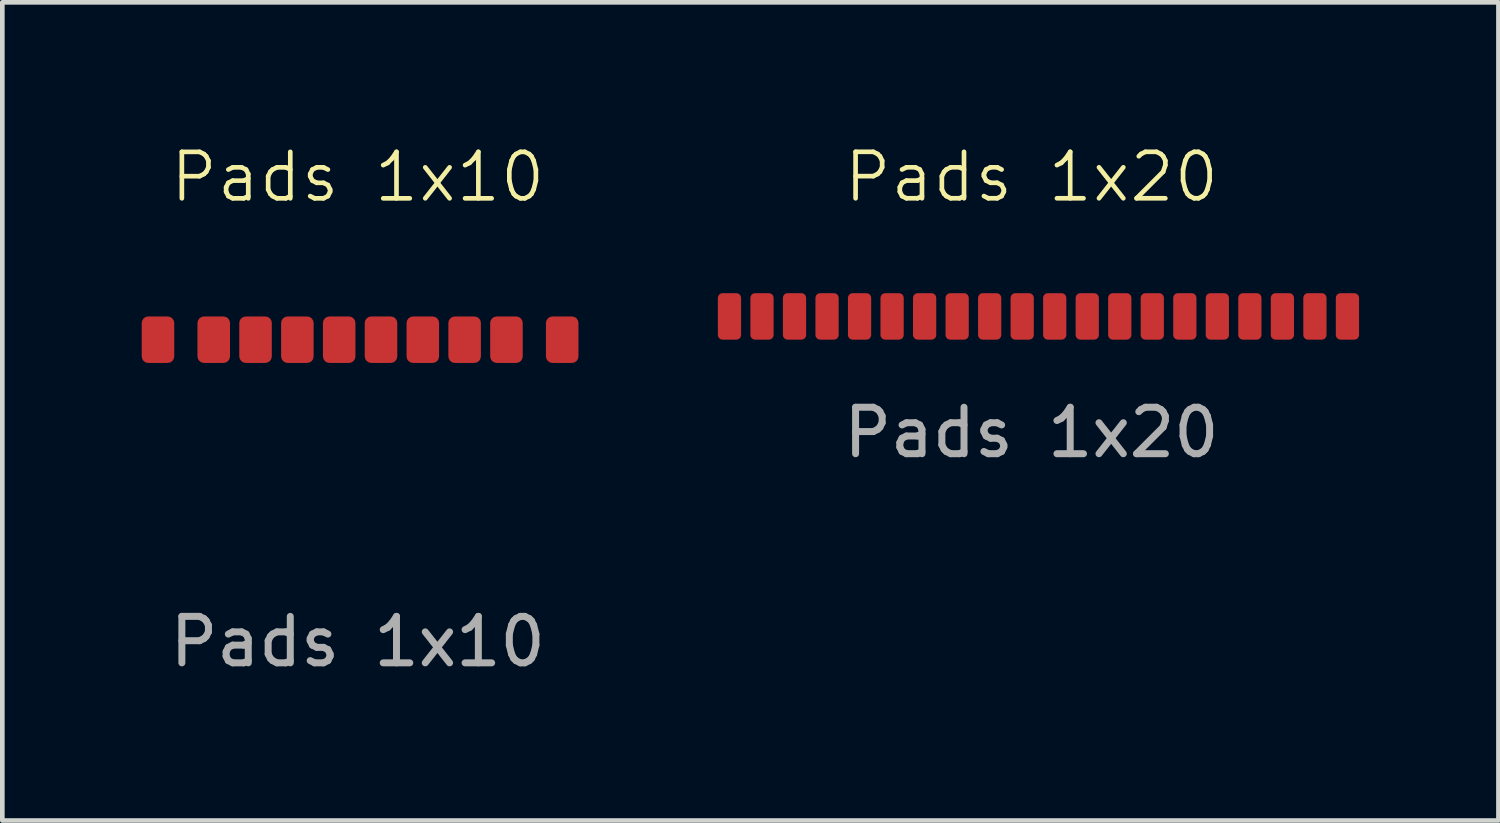
<source format=kicad_pcb>
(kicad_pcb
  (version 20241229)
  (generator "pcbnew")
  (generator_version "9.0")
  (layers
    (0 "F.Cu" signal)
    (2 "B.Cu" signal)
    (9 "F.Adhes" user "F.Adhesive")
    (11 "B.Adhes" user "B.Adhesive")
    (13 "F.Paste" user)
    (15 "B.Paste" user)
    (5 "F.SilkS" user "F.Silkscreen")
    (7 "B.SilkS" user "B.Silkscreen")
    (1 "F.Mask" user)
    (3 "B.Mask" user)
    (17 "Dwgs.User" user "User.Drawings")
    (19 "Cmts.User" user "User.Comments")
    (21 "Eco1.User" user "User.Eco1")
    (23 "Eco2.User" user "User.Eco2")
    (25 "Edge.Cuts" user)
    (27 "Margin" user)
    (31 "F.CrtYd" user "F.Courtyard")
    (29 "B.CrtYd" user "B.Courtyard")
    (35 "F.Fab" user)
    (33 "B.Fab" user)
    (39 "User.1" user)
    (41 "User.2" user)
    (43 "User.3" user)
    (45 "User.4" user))
  (footprint "Pads 1x10"
    (layer "F.Cu")
    (at 4.65 4.261)
    (property "Reference" "Pads 1x10" (at 0 -3.5 0) (unlocked yes) (layer "F.SilkS") (effects (font (size 1 1) (thickness 0.1))))
    (attr smd)
    (fp_text user "${REFERENCE}" (at 0 6.5 0) (unlocked yes) (layer "F.Fab") (effects (font (size 1 1) (thickness 0.15))))
    (pad "1" smd roundrect (at -4.3 0) (size 0.7 1) (layers "F.Cu" "F.Mask" "F.Paste") (roundrect_rratio 0.2))
    (pad "2" smd roundrect (at -3.1 0) (size 0.7 1) (layers "F.Cu" "F.Mask" "F.Paste") (roundrect_rratio 0.2))
    (pad "3" smd roundrect (at -2.2 0) (size 0.7 1) (layers "F.Cu" "F.Mask" "F.Paste") (roundrect_rratio 0.2))
    (pad "4" smd roundrect (at -1.3 0) (size 0.7 1) (layers "F.Cu" "F.Mask" "F.Paste") (roundrect_rratio 0.2))
    (pad "5" smd roundrect (at -0.4 0) (size 0.7 1) (layers "F.Cu" "F.Mask" "F.Paste") (roundrect_rratio 0.2))
    (pad "6" smd roundrect (at 0.5 0) (size 0.7 1) (layers "F.Cu" "F.Mask" "F.Paste") (roundrect_rratio 0.2))
    (pad "7" smd roundrect (at 1.4 0) (size 0.7 1) (layers "F.Cu" "F.Mask" "F.Paste") (roundrect_rratio 0.2))
    (pad "8" smd roundrect (at 2.3 0) (size 0.7 1) (layers "F.Cu" "F.Mask" "F.Paste") (roundrect_rratio 0.2))
    (pad "9" smd roundrect (at 3.2 0) (size 0.7 1) (layers "F.Cu" "F.Mask" "F.Paste") (roundrect_rratio 0.2))
    (pad "10" smd roundrect (at 4.4 0) (size 0.7 1) (layers "F.Cu" "F.Mask" "F.Paste") (roundrect_rratio 0.2)))
  (footprint "Pads 1x20"
    (layer "F.Cu")
    (at 19.15 3.76)
    (property "Reference" "Pads 1x20" (at 0 -3 0) (unlocked yes) (layer "F.SilkS") (effects (font (size 1 1) (thickness 0.1))))
    (attr exclude_from_pos_files exclude_from_bom)
    (fp_text user "${REFERENCE}" (at 0 2.5 0) (unlocked yes) (layer "F.Fab") (effects (font (size 1 1) (thickness 0.15))))
    (pad "1" smd roundrect (at -6.5 0) (size 0.5 1) (layers "F.Cu" "F.Mask" "F.Paste") (roundrect_rratio 0.2))
    (pad "2" smd roundrect (at -5.8 0) (size 0.5 1) (layers "F.Cu" "F.Mask" "F.Paste") (roundrect_rratio 0.2))
    (pad "3" smd roundrect (at -5.1 0) (size 0.5 1) (layers "F.Cu" "F.Mask" "F.Paste") (roundrect_rratio 0.2))
    (pad "4" smd roundrect (at -4.4 0) (size 0.5 1) (layers "F.Cu" "F.Mask" "F.Paste") (roundrect_rratio 0.2))
    (pad "5" smd roundrect (at -3.7 0) (size 0.5 1) (layers "F.Cu" "F.Mask" "F.Paste") (roundrect_rratio 0.2))
    (pad "6" smd roundrect (at -3 0) (size 0.5 1) (layers "F.Cu" "F.Mask" "F.Paste") (roundrect_rratio 0.2))
    (pad "7" smd roundrect (at -2.3 0) (size 0.5 1) (layers "F.Cu" "F.Mask" "F.Paste") (roundrect_rratio 0.2))
    (pad "8" smd roundrect (at -1.6 0) (size 0.5 1) (layers "F.Cu" "F.Mask" "F.Paste") (roundrect_rratio 0.2))
    (pad "9" smd roundrect (at -0.9 0) (size 0.5 1) (layers "F.Cu" "F.Mask" "F.Paste") (roundrect_rratio 0.2))
    (pad "10" smd roundrect (at -0.2 0) (size 0.5 1) (layers "F.Cu" "F.Mask" "F.Paste") (roundrect_rratio 0.2))
    (pad "11" smd roundrect (at 0.5 0) (size 0.5 1) (layers "F.Cu" "F.Mask" "F.Paste") (roundrect_rratio 0.2))
    (pad "12" smd roundrect (at 1.2 0) (size 0.5 1) (layers "F.Cu" "F.Mask" "F.Paste") (roundrect_rratio 0.2))
    (pad "13" smd roundrect (at 1.9 0) (size 0.5 1) (layers "F.Cu" "F.Mask" "F.Paste") (roundrect_rratio 0.2))
    (pad "14" smd roundrect (at 2.6 0) (size 0.5 1) (layers "F.Cu" "F.Mask" "F.Paste") (roundrect_rratio 0.2))
    (pad "15" smd roundrect (at 3.3 0) (size 0.5 1) (layers "F.Cu" "F.Mask" "F.Paste") (roundrect_rratio 0.2))
    (pad "16" smd roundrect (at 4 0) (size 0.5 1) (layers "F.Cu" "F.Mask" "F.Paste") (roundrect_rratio 0.2))
    (pad "17" smd roundrect (at 4.7 0) (size 0.5 1) (layers "F.Cu" "F.Mask" "F.Paste") (roundrect_rratio 0.2))
    (pad "18" smd roundrect (at 5.4 0) (size 0.5 1) (layers "F.Cu" "F.Mask" "F.Paste") (roundrect_rratio 0.2))
    (pad "19" smd roundrect (at 6.1 0) (size 0.5 1) (layers "F.Cu" "F.Mask" "F.Paste") (roundrect_rratio 0.2))
    (pad "20" smd roundrect (at 6.8 0) (size 0.5 1) (layers "F.Cu" "F.Mask" "F.Paste") (roundrect_rratio 0.2)))
  (gr_rect
    (start -3 -3)
    (end 29.2 14.609)
    (stroke (width 0.1) (type default))
    (fill no)
    (layer "Edge.Cuts")))
</source>
